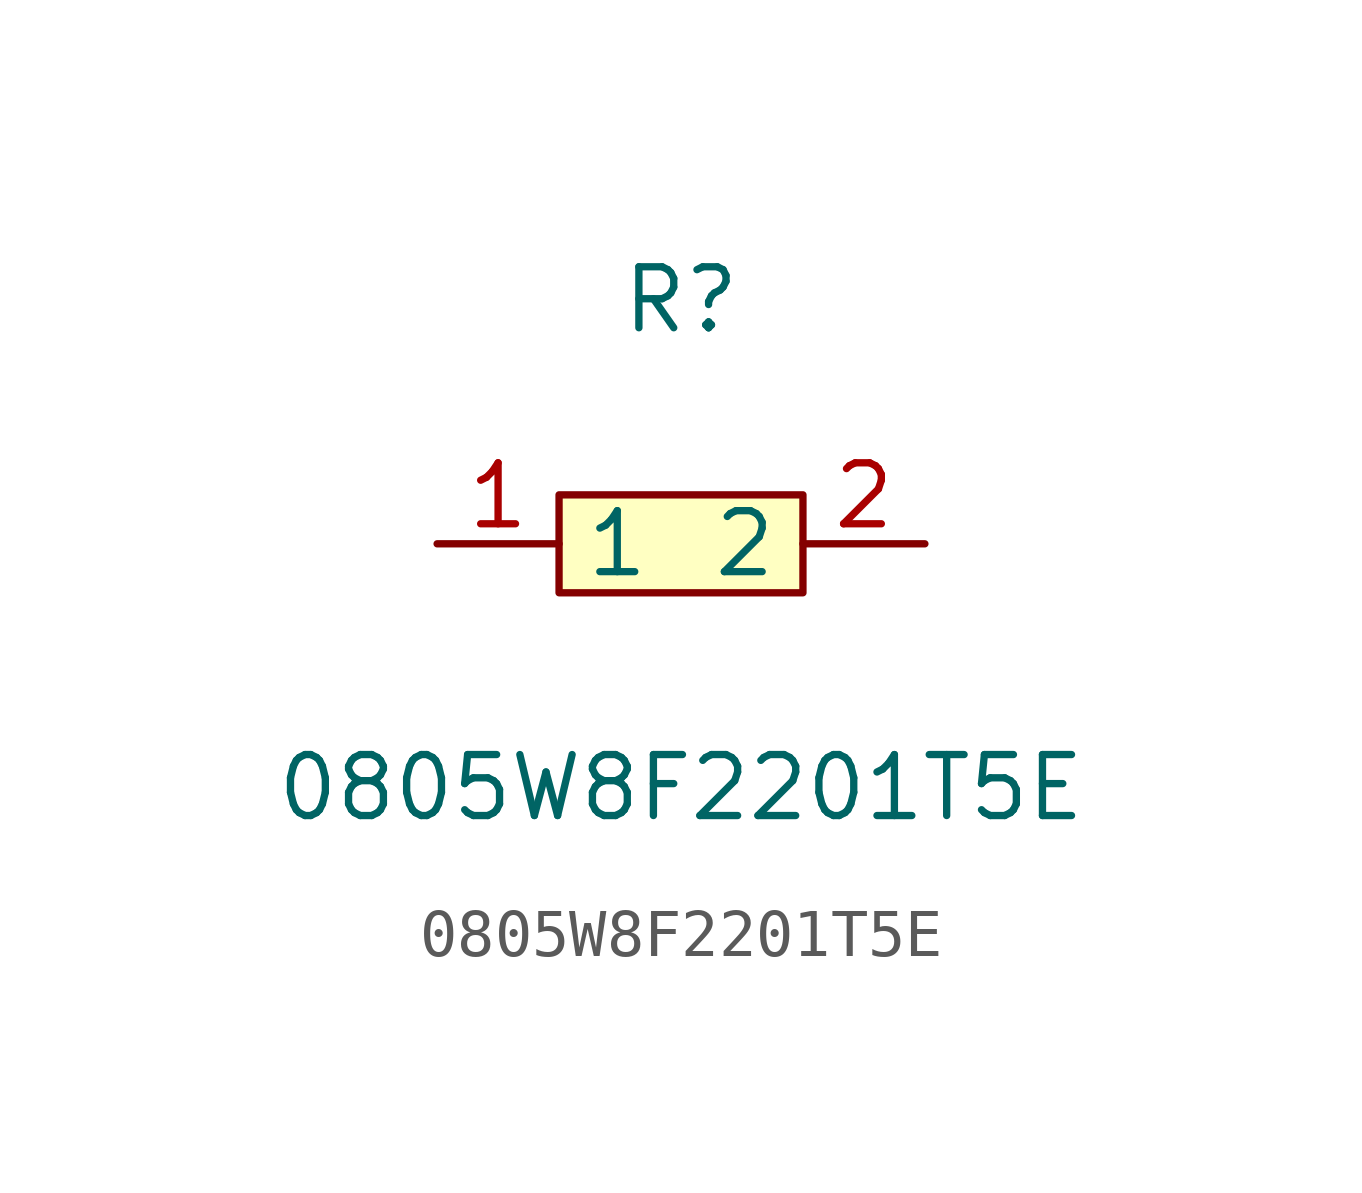
<source format=kicad_sym>
(kicad_symbol_lib
  (version 20211014)
  (generator https://github.com/uPesy/easyeda2kicad.py)
  (symbol "0805W8F2201T5E"
    (property "Reference" "R"
      (at 0 5.08 0)
      (effects (font (size 1.27 1.27))))
    (property "Value" "0805W8F2201T5E"
      (at 0 -5.08 0)
      (effects (font (size 1.27 1.27))))
    (symbol "0805W8F2201T5E_0_1"
      (rectangle (start -2.54 1.02) (end 2.54 -1.02) (stroke (width 0) (type default) (color 0 0 0 0)) (fill (type background)))
      (pin input line (at 5.08 -0.00 180) (length 2.54) (name "2" (effects (font (size 1.27 1.27)))) (number "2" (effects (font (size 1.27 1.27)))))
      (pin input line (at -5.08 -0.00 0) (length 2.54) (name "1" (effects (font (size 1.27 1.27)))) (number "1" (effects (font (size 1.27 1.27))))))))
</source>
